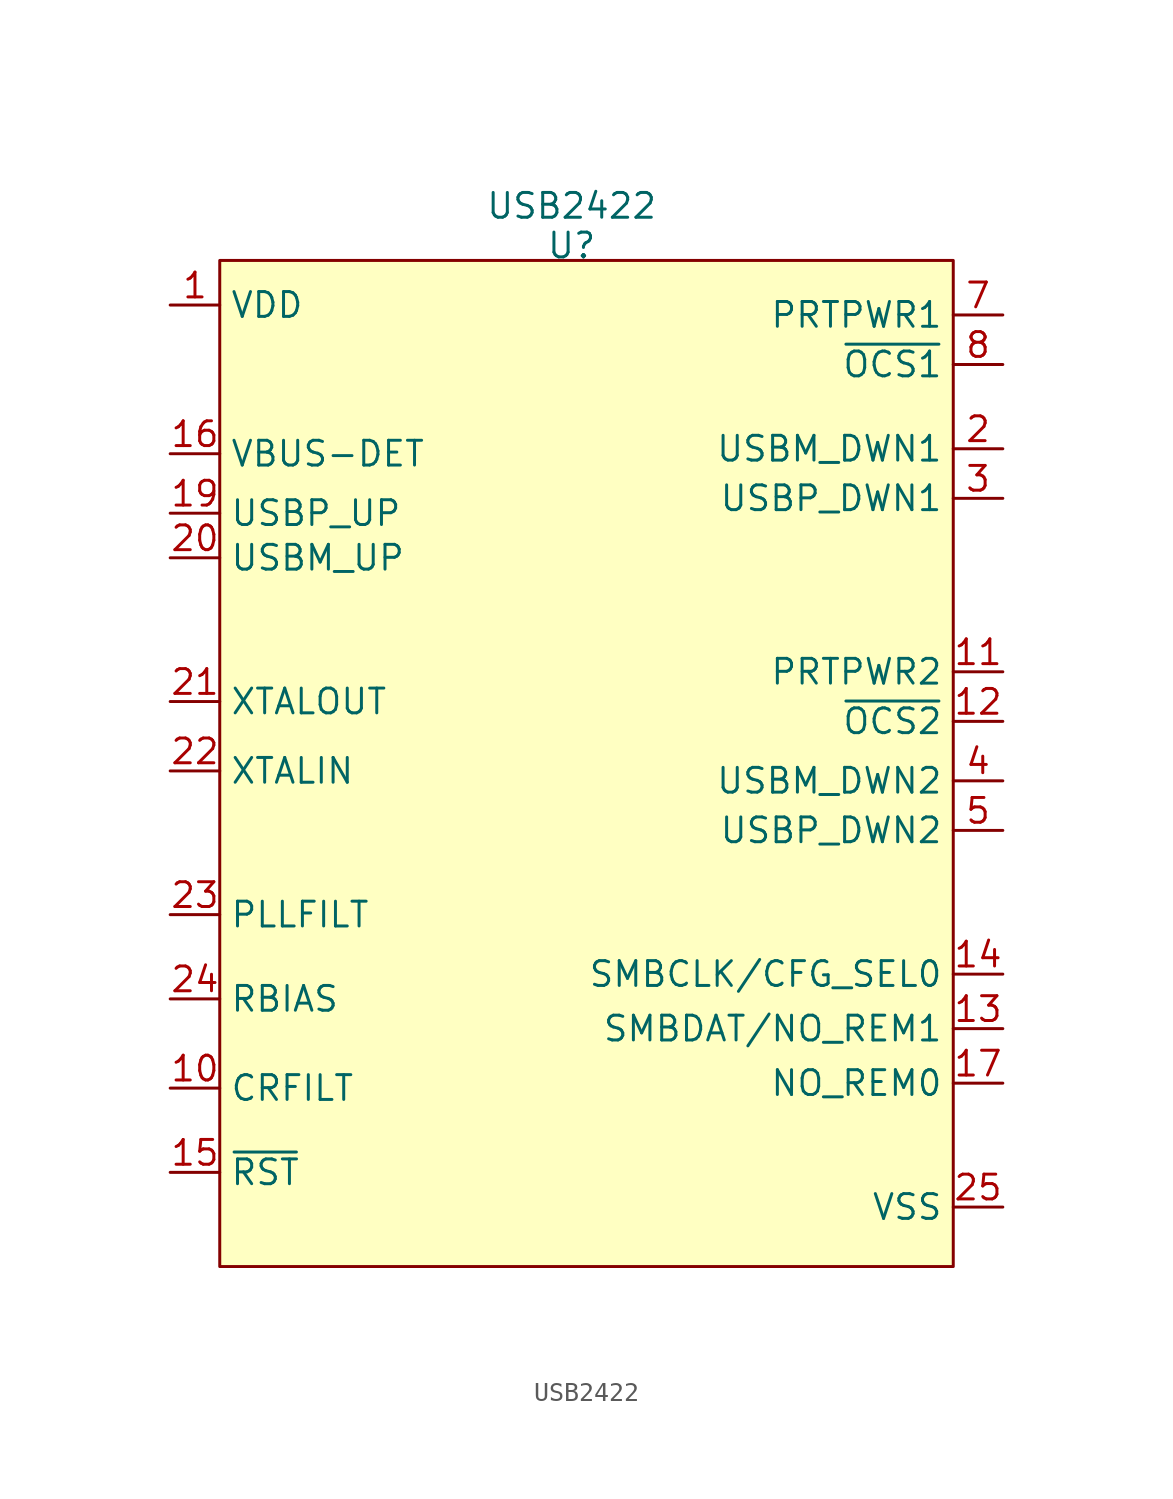
<source format=kicad_sym>
(kicad_symbol_lib
  (version 20211014)
  (generator kicad_symbol_editor)
  (symbol "USB2422"
    (property "Reference" "U"
      (at 0 14.732 0)
      (effects (font (size 1.27 1.27))))
    (property "Value" "USB2422"
      (at 0 16.764 0)
      (effects (font (size 1.27 1.27))))
    (symbol "USB2422_0_1"
      (rectangle (start -18.034 13.97) (end 19.558 -37.592) (stroke (width 0) (type default) (color 0 0 0 0)) (fill (type background))))
    (symbol "USB2422_1_1"
      (pin power_in line (at -20.574 11.684 0) (length 2.54) (name "VDD" (effects (font (size 1.27 1.27)))) (number "1" (effects (font (size 1.27 1.27)))))
      (pin passive line (at -20.574 -28.448 0) (length 2.54) (name "CRFILT" (effects (font (size 1.27 1.27)))) (number "10" (effects (font (size 1.27 1.27)))))
      (pin output line (at 22.098 -7.112 180) (length 2.54) (name "PRTPWR2" (effects (font (size 1.27 1.27)))) (number "11" (effects (font (size 1.27 1.27)))))
      (pin output line (at 22.098 -9.652 180) (length 2.54) (name "~{OCS2}" (effects (font (size 1.27 1.27)))) (number "12" (effects (font (size 1.27 1.27)))))
      (pin bidirectional line (at 22.098 -25.4 180) (length 2.54) (name "SMBDAT/NO_REM1" (effects (font (size 1.27 1.27)))) (number "13" (effects (font (size 1.27 1.27)))))
      (pin input line (at 22.098 -22.606 180) (length 2.54) (name "SMBCLK/CFG_SEL0" (effects (font (size 1.27 1.27)))) (number "14" (effects (font (size 1.27 1.27)))))
      (pin input line (at -20.574 -32.766 0) (length 2.54) (name "~{RST}" (effects (font (size 1.27 1.27)))) (number "15" (effects (font (size 1.27 1.27)))))
      (pin input line (at -20.574 4.064 0) (length 2.54) (name "VBUS-DET" (effects (font (size 1.27 1.27)))) (number "16" (effects (font (size 1.27 1.27)))))
      (pin bidirectional line (at 22.098 -28.194 180) (length 2.54) (name "NO_REM0" (effects (font (size 1.27 1.27)))) (number "17" (effects (font (size 1.27 1.27)))))
      (pin power_in line (at -20.574 11.684 0) (length 2.54) hide (name "VDD" (effects (font (size 1.27 1.27)))) (number "18" (effects (font (size 1.27 1.27)))))
      (pin bidirectional line (at -20.574 1.016 0) (length 2.54) (name "USBP_UP" (effects (font (size 1.27 1.27)))) (number "19" (effects (font (size 1.27 1.27)))))
      (pin bidirectional line (at 22.098 4.318 180) (length 2.54) (name "USBM_DWN1" (effects (font (size 1.27 1.27)))) (number "2" (effects (font (size 1.27 1.27)))))
      (pin bidirectional line (at -20.574 -1.27 0) (length 2.54) (name "USBM_UP" (effects (font (size 1.27 1.27)))) (number "20" (effects (font (size 1.27 1.27)))))
      (pin output line (at -20.574 -8.636 0) (length 2.54) (name "XTALOUT" (effects (font (size 1.27 1.27)))) (number "21" (effects (font (size 1.27 1.27)))))
      (pin input line (at -20.574 -12.192 0) (length 2.54) (name "XTALIN" (effects (font (size 1.27 1.27)))) (number "22" (effects (font (size 1.27 1.27)))))
      (pin passive line (at -20.574 -19.558 0) (length 2.54) (name "PLLFILT" (effects (font (size 1.27 1.27)))) (number "23" (effects (font (size 1.27 1.27)))))
      (pin passive line (at -20.574 -23.876 0) (length 2.54) (name "RBIAS" (effects (font (size 1.27 1.27)))) (number "24" (effects (font (size 1.27 1.27)))))
      (pin power_in line (at 22.098 -34.544 180) (length 2.54) (name "VSS" (effects (font (size 1.27 1.27)))) (number "25" (effects (font (size 1.27 1.27)))))
      (pin bidirectional line (at 22.098 1.778 180) (length 2.54) (name "USBP_DWN1" (effects (font (size 1.27 1.27)))) (number "3" (effects (font (size 1.27 1.27)))))
      (pin bidirectional line (at 22.098 -12.7 180) (length 2.54) (name "USBM_DWN2" (effects (font (size 1.27 1.27)))) (number "4" (effects (font (size 1.27 1.27)))))
      (pin bidirectional line (at 22.098 -15.24 180) (length 2.54) (name "USBP_DWN2" (effects (font (size 1.27 1.27)))) (number "5" (effects (font (size 1.27 1.27)))))
      (pin no_connect line (at -18.034 -35.306 0) (length 2.54) hide (name "NC" (effects (font (size 1.27 1.27)))) (number "6" (effects (font (size 1.27 1.27)))))
      (pin output line (at 22.098 11.176 180) (length 2.54) (name "PRTPWR1" (effects (font (size 1.27 1.27)))) (number "7" (effects (font (size 1.27 1.27)))))
      (pin output line (at 22.098 8.636 180) (length 2.54) (name "~{OCS1}" (effects (font (size 1.27 1.27)))) (number "8" (effects (font (size 1.27 1.27)))))
      (pin power_in line (at -20.574 11.684 0) (length 2.54) hide (name "VDD" (effects (font (size 1.27 1.27)))) (number "9" (effects (font (size 1.27 1.27))))))))
</source>
